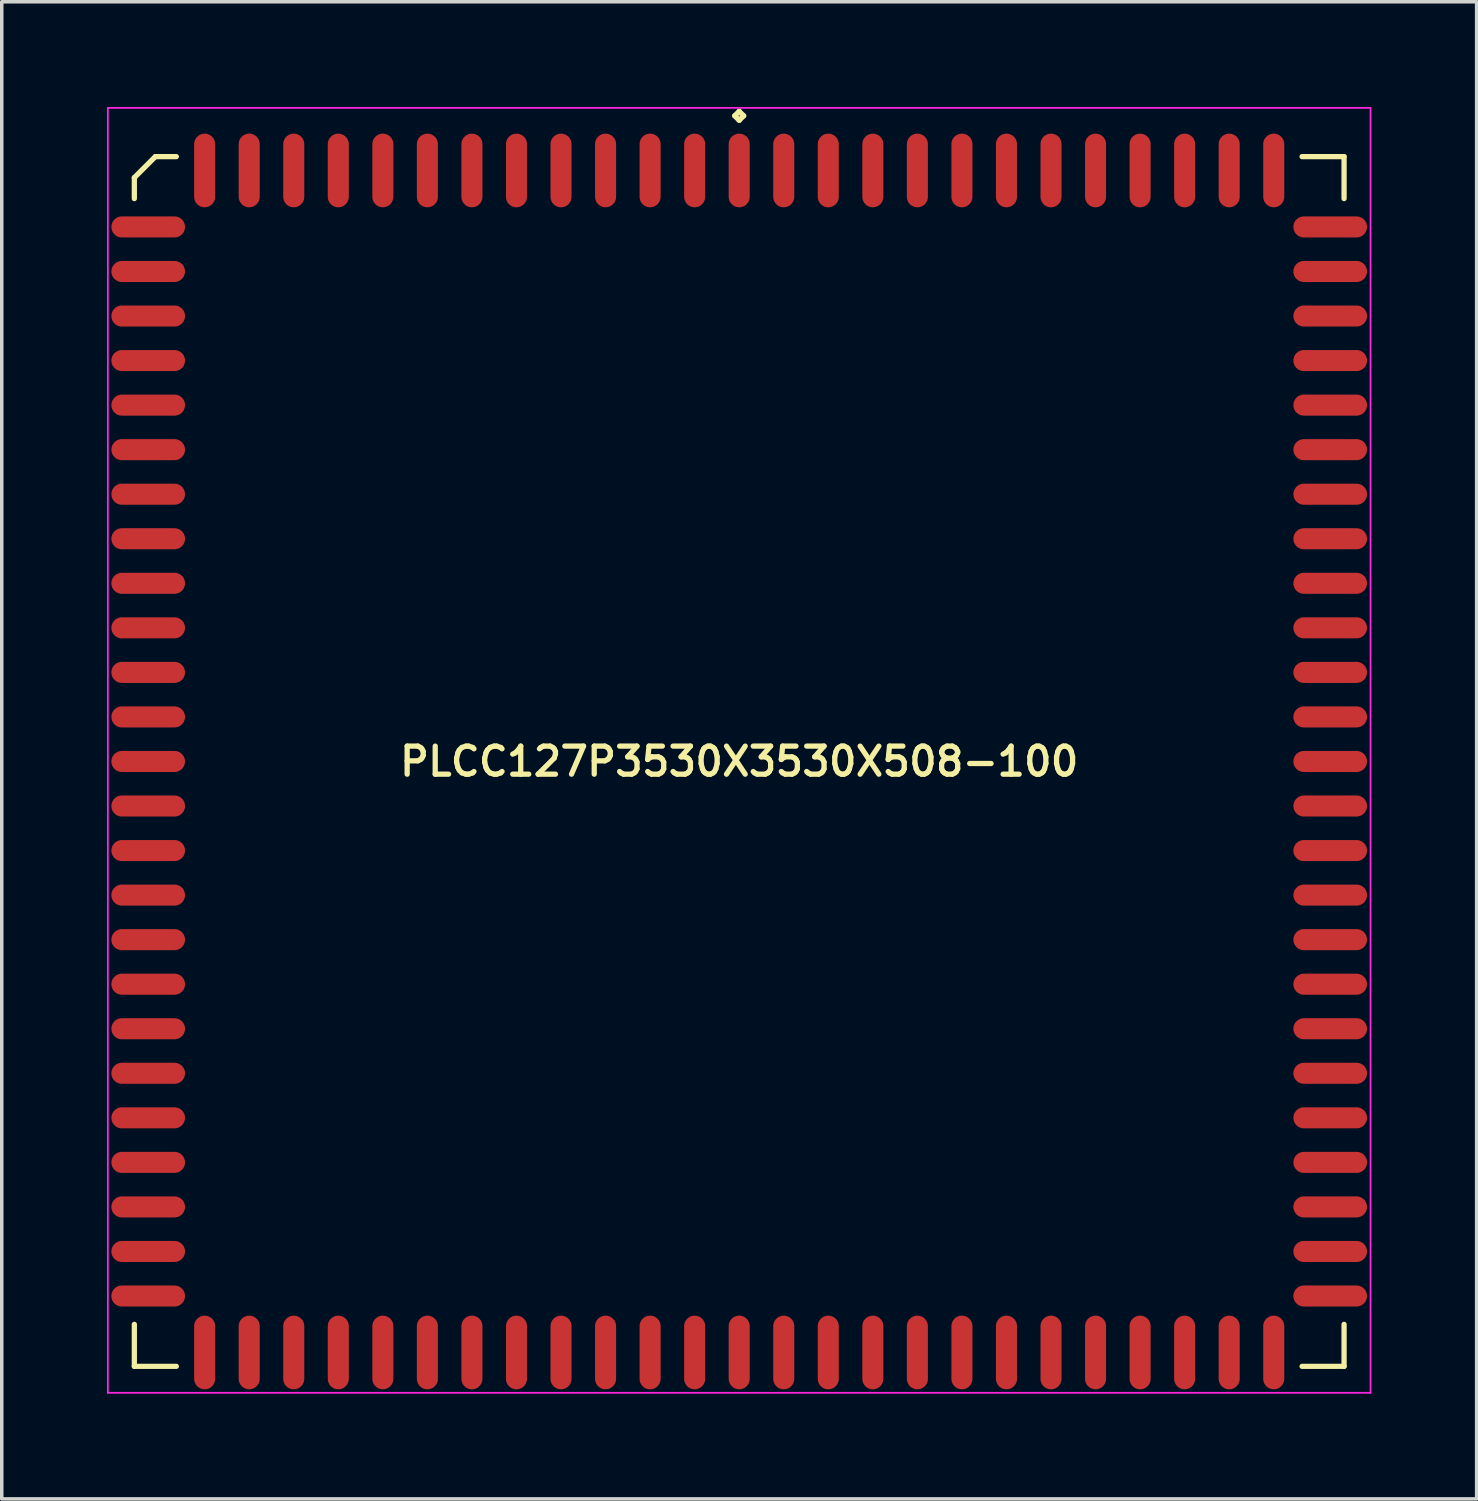
<source format=kicad_pcb>
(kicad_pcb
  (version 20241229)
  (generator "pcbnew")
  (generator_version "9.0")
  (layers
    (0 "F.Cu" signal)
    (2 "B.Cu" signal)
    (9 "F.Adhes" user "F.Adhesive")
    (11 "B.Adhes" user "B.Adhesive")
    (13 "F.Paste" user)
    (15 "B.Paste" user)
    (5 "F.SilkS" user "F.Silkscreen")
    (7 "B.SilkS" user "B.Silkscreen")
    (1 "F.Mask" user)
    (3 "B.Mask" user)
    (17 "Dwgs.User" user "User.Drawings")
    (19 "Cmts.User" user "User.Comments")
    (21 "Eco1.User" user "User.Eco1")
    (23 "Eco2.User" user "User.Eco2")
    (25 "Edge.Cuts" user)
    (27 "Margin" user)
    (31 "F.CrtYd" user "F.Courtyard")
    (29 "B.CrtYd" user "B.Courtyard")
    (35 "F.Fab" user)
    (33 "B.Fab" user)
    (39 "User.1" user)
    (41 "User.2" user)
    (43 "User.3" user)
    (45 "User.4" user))
  (footprint "PLCC127P3530X3530X508-100"
    (layer "F.Cu")
    (at 18.025 18.66)
    (property "Reference" "PLCC127P3530X3530X508-100" (at 0 0 0) (layer "F.SilkS") (effects (font (size 0.8 0.8) (thickness 0.15))))
    (attr smd)
    (fp_line (start -17.245 -16.646) (end -16.646 -17.245) (stroke (width 0.15) (type solid)) (layer "F.SilkS"))
    (fp_line (start -17.245 -16.048) (end -17.245 -16.646) (stroke (width 0.15) (type solid)) (layer "F.SilkS"))
    (fp_line (start -17.245 16.048) (end -17.245 17.245) (stroke (width 0.15) (type solid)) (layer "F.SilkS"))
    (fp_line (start -17.245 17.245) (end -16.048 17.245) (stroke (width 0.15) (type solid)) (layer "F.SilkS"))
    (fp_line (start -16.646 -17.245) (end -16.048 -17.245) (stroke (width 0.15) (type solid)) (layer "F.SilkS"))
    (fp_line (start -0.127 -18.408) (end 0 -18.535) (stroke (width 0.15) (type solid)) (layer "F.SilkS"))
    (fp_line (start 0 -18.535) (end 0.127 -18.408) (stroke (width 0.15) (type solid)) (layer "F.SilkS"))
    (fp_line (start 0 -18.281) (end -0.127 -18.408) (stroke (width 0.15) (type solid)) (layer "F.SilkS"))
    (fp_line (start 0.127 -18.408) (end 0 -18.281) (stroke (width 0.15) (type solid)) (layer "F.SilkS"))
    (fp_line (start 17.245 -17.245) (end 16.048 -17.245) (stroke (width 0.15) (type solid)) (layer "F.SilkS"))
    (fp_line (start 17.245 -16.048) (end 17.245 -17.245) (stroke (width 0.15) (type solid)) (layer "F.SilkS"))
    (fp_line (start 17.245 16.048) (end 17.245 17.245) (stroke (width 0.15) (type solid)) (layer "F.SilkS"))
    (fp_line (start 17.245 17.245) (end 16.048 17.245) (stroke (width 0.15) (type solid)) (layer "F.SilkS"))
    (fp_line (start -18 -18.635) (end 18 -18.635) (stroke (width 0.05) (type solid)) (layer "F.CrtYd"))
    (fp_line (start -18 18) (end -18 -18.635) (stroke (width 0.05) (type solid)) (layer "F.CrtYd"))
    (fp_line (start 18 -18.635) (end 18 18) (stroke (width 0.05) (type solid)) (layer "F.CrtYd"))
    (fp_line (start 18 18) (end -18 18) (stroke (width 0.05) (type solid)) (layer "F.CrtYd"))
    (pad "1" smd oval (at 0 -16.85) (size 0.6 2.1) (layers "F.Cu" "F.Mask" "F.Paste"))
    (pad "2" smd oval (at -1.27 -16.85) (size 0.6 2.1) (layers "F.Cu" "F.Mask" "F.Paste"))
    (pad "3" smd oval (at -2.54 -16.85) (size 0.6 2.1) (layers "F.Cu" "F.Mask" "F.Paste"))
    (pad "4" smd oval (at -3.81 -16.85) (size 0.6 2.1) (layers "F.Cu" "F.Mask" "F.Paste"))
    (pad "5" smd oval (at -5.08 -16.85) (size 0.6 2.1) (layers "F.Cu" "F.Mask" "F.Paste"))
    (pad "6" smd oval (at -6.35 -16.85) (size 0.6 2.1) (layers "F.Cu" "F.Mask" "F.Paste"))
    (pad "7" smd oval (at -7.62 -16.85) (size 0.6 2.1) (layers "F.Cu" "F.Mask" "F.Paste"))
    (pad "8" smd oval (at -8.89 -16.85) (size 0.6 2.1) (layers "F.Cu" "F.Mask" "F.Paste"))
    (pad "9" smd oval (at -10.16 -16.85) (size 0.6 2.1) (layers "F.Cu" "F.Mask" "F.Paste"))
    (pad "10" smd oval (at -11.43 -16.85) (size 0.6 2.1) (layers "F.Cu" "F.Mask" "F.Paste"))
    (pad "11" smd oval (at -12.7 -16.85) (size 0.6 2.1) (layers "F.Cu" "F.Mask" "F.Paste"))
    (pad "12" smd oval (at -13.97 -16.85) (size 0.6 2.1) (layers "F.Cu" "F.Mask" "F.Paste"))
    (pad "13" smd oval (at -15.24 -16.85) (size 0.6 2.1) (layers "F.Cu" "F.Mask" "F.Paste"))
    (pad "14" smd oval (at -16.85 -15.24) (size 2.1 0.6) (layers "F.Cu" "F.Mask" "F.Paste"))
    (pad "15" smd oval (at -16.85 -13.97) (size 2.1 0.6) (layers "F.Cu" "F.Mask" "F.Paste"))
    (pad "16" smd oval (at -16.85 -12.7) (size 2.1 0.6) (layers "F.Cu" "F.Mask" "F.Paste"))
    (pad "17" smd oval (at -16.85 -11.43) (size 2.1 0.6) (layers "F.Cu" "F.Mask" "F.Paste"))
    (pad "18" smd oval (at -16.85 -10.16) (size 2.1 0.6) (layers "F.Cu" "F.Mask" "F.Paste"))
    (pad "19" smd oval (at -16.85 -8.89) (size 2.1 0.6) (layers "F.Cu" "F.Mask" "F.Paste"))
    (pad "20" smd oval (at -16.85 -7.62) (size 2.1 0.6) (layers "F.Cu" "F.Mask" "F.Paste"))
    (pad "21" smd oval (at -16.85 -6.35) (size 2.1 0.6) (layers "F.Cu" "F.Mask" "F.Paste"))
    (pad "22" smd oval (at -16.85 -5.08) (size 2.1 0.6) (layers "F.Cu" "F.Mask" "F.Paste"))
    (pad "23" smd oval (at -16.85 -3.81) (size 2.1 0.6) (layers "F.Cu" "F.Mask" "F.Paste"))
    (pad "24" smd oval (at -16.85 -2.54) (size 2.1 0.6) (layers "F.Cu" "F.Mask" "F.Paste"))
    (pad "25" smd oval (at -16.85 -1.27) (size 2.1 0.6) (layers "F.Cu" "F.Mask" "F.Paste"))
    (pad "26" smd oval (at -16.85 0) (size 2.1 0.6) (layers "F.Cu" "F.Mask" "F.Paste"))
    (pad "27" smd oval (at -16.85 1.27) (size 2.1 0.6) (layers "F.Cu" "F.Mask" "F.Paste"))
    (pad "28" smd oval (at -16.85 2.54) (size 2.1 0.6) (layers "F.Cu" "F.Mask" "F.Paste"))
    (pad "29" smd oval (at -16.85 3.81) (size 2.1 0.6) (layers "F.Cu" "F.Mask" "F.Paste"))
    (pad "30" smd oval (at -16.85 5.08) (size 2.1 0.6) (layers "F.Cu" "F.Mask" "F.Paste"))
    (pad "31" smd oval (at -16.85 6.35) (size 2.1 0.6) (layers "F.Cu" "F.Mask" "F.Paste"))
    (pad "32" smd oval (at -16.85 7.62) (size 2.1 0.6) (layers "F.Cu" "F.Mask" "F.Paste"))
    (pad "33" smd oval (at -16.85 8.89) (size 2.1 0.6) (layers "F.Cu" "F.Mask" "F.Paste"))
    (pad "34" smd oval (at -16.85 10.16) (size 2.1 0.6) (layers "F.Cu" "F.Mask" "F.Paste"))
    (pad "35" smd oval (at -16.85 11.43) (size 2.1 0.6) (layers "F.Cu" "F.Mask" "F.Paste"))
    (pad "36" smd oval (at -16.85 12.7) (size 2.1 0.6) (layers "F.Cu" "F.Mask" "F.Paste"))
    (pad "37" smd oval (at -16.85 13.97) (size 2.1 0.6) (layers "F.Cu" "F.Mask" "F.Paste"))
    (pad "38" smd oval (at -16.85 15.24) (size 2.1 0.6) (layers "F.Cu" "F.Mask" "F.Paste"))
    (pad "39" smd oval (at -15.24 16.85) (size 0.6 2.1) (layers "F.Cu" "F.Mask" "F.Paste"))
    (pad "40" smd oval (at -13.97 16.85) (size 0.6 2.1) (layers "F.Cu" "F.Mask" "F.Paste"))
    (pad "41" smd oval (at -12.7 16.85) (size 0.6 2.1) (layers "F.Cu" "F.Mask" "F.Paste"))
    (pad "42" smd oval (at -11.43 16.85) (size 0.6 2.1) (layers "F.Cu" "F.Mask" "F.Paste"))
    (pad "43" smd oval (at -10.16 16.85) (size 0.6 2.1) (layers "F.Cu" "F.Mask" "F.Paste"))
    (pad "44" smd oval (at -8.89 16.85) (size 0.6 2.1) (layers "F.Cu" "F.Mask" "F.Paste"))
    (pad "45" smd oval (at -7.62 16.85) (size 0.6 2.1) (layers "F.Cu" "F.Mask" "F.Paste"))
    (pad "46" smd oval (at -6.35 16.85) (size 0.6 2.1) (layers "F.Cu" "F.Mask" "F.Paste"))
    (pad "47" smd oval (at -5.08 16.85) (size 0.6 2.1) (layers "F.Cu" "F.Mask" "F.Paste"))
    (pad "48" smd oval (at -3.81 16.85) (size 0.6 2.1) (layers "F.Cu" "F.Mask" "F.Paste"))
    (pad "49" smd oval (at -2.54 16.85) (size 0.6 2.1) (layers "F.Cu" "F.Mask" "F.Paste"))
    (pad "50" smd oval (at -1.27 16.85) (size 0.6 2.1) (layers "F.Cu" "F.Mask" "F.Paste"))
    (pad "51" smd oval (at 0 16.85) (size 0.6 2.1) (layers "F.Cu" "F.Mask" "F.Paste"))
    (pad "52" smd oval (at 1.27 16.85) (size 0.6 2.1) (layers "F.Cu" "F.Mask" "F.Paste"))
    (pad "53" smd oval (at 2.54 16.85) (size 0.6 2.1) (layers "F.Cu" "F.Mask" "F.Paste"))
    (pad "54" smd oval (at 3.81 16.85) (size 0.6 2.1) (layers "F.Cu" "F.Mask" "F.Paste"))
    (pad "55" smd oval (at 5.08 16.85) (size 0.6 2.1) (layers "F.Cu" "F.Mask" "F.Paste"))
    (pad "56" smd oval (at 6.35 16.85) (size 0.6 2.1) (layers "F.Cu" "F.Mask" "F.Paste"))
    (pad "57" smd oval (at 7.62 16.85) (size 0.6 2.1) (layers "F.Cu" "F.Mask" "F.Paste"))
    (pad "58" smd oval (at 8.89 16.85) (size 0.6 2.1) (layers "F.Cu" "F.Mask" "F.Paste"))
    (pad "59" smd oval (at 10.16 16.85) (size 0.6 2.1) (layers "F.Cu" "F.Mask" "F.Paste"))
    (pad "60" smd oval (at 11.43 16.85) (size 0.6 2.1) (layers "F.Cu" "F.Mask" "F.Paste"))
    (pad "61" smd oval (at 12.7 16.85) (size 0.6 2.1) (layers "F.Cu" "F.Mask" "F.Paste"))
    (pad "62" smd oval (at 13.97 16.85) (size 0.6 2.1) (layers "F.Cu" "F.Mask" "F.Paste"))
    (pad "63" smd oval (at 15.24 16.85) (size 0.6 2.1) (layers "F.Cu" "F.Mask" "F.Paste"))
    (pad "64" smd oval (at 16.85 15.24) (size 2.1 0.6) (layers "F.Cu" "F.Mask" "F.Paste"))
    (pad "65" smd oval (at 16.85 13.97) (size 2.1 0.6) (layers "F.Cu" "F.Mask" "F.Paste"))
    (pad "66" smd oval (at 16.85 12.7) (size 2.1 0.6) (layers "F.Cu" "F.Mask" "F.Paste"))
    (pad "67" smd oval (at 16.85 11.43) (size 2.1 0.6) (layers "F.Cu" "F.Mask" "F.Paste"))
    (pad "68" smd oval (at 16.85 10.16) (size 2.1 0.6) (layers "F.Cu" "F.Mask" "F.Paste"))
    (pad "69" smd oval (at 16.85 8.89) (size 2.1 0.6) (layers "F.Cu" "F.Mask" "F.Paste"))
    (pad "70" smd oval (at 16.85 7.62) (size 2.1 0.6) (layers "F.Cu" "F.Mask" "F.Paste"))
    (pad "71" smd oval (at 16.85 6.35) (size 2.1 0.6) (layers "F.Cu" "F.Mask" "F.Paste"))
    (pad "72" smd oval (at 16.85 5.08) (size 2.1 0.6) (layers "F.Cu" "F.Mask" "F.Paste"))
    (pad "73" smd oval (at 16.85 3.81) (size 2.1 0.6) (layers "F.Cu" "F.Mask" "F.Paste"))
    (pad "74" smd oval (at 16.85 2.54) (size 2.1 0.6) (layers "F.Cu" "F.Mask" "F.Paste"))
    (pad "75" smd oval (at 16.85 1.27) (size 2.1 0.6) (layers "F.Cu" "F.Mask" "F.Paste"))
    (pad "76" smd oval (at 16.85 0) (size 2.1 0.6) (layers "F.Cu" "F.Mask" "F.Paste"))
    (pad "77" smd oval (at 16.85 -1.27) (size 2.1 0.6) (layers "F.Cu" "F.Mask" "F.Paste"))
    (pad "78" smd oval (at 16.85 -2.54) (size 2.1 0.6) (layers "F.Cu" "F.Mask" "F.Paste"))
    (pad "79" smd oval (at 16.85 -3.81) (size 2.1 0.6) (layers "F.Cu" "F.Mask" "F.Paste"))
    (pad "80" smd oval (at 16.85 -5.08) (size 2.1 0.6) (layers "F.Cu" "F.Mask" "F.Paste"))
    (pad "81" smd oval (at 16.85 -6.35) (size 2.1 0.6) (layers "F.Cu" "F.Mask" "F.Paste"))
    (pad "82" smd oval (at 16.85 -7.62) (size 2.1 0.6) (layers "F.Cu" "F.Mask" "F.Paste"))
    (pad "83" smd oval (at 16.85 -8.89) (size 2.1 0.6) (layers "F.Cu" "F.Mask" "F.Paste"))
    (pad "84" smd oval (at 16.85 -10.16) (size 2.1 0.6) (layers "F.Cu" "F.Mask" "F.Paste"))
    (pad "85" smd oval (at 16.85 -11.43) (size 2.1 0.6) (layers "F.Cu" "F.Mask" "F.Paste"))
    (pad "86" smd oval (at 16.85 -12.7) (size 2.1 0.6) (layers "F.Cu" "F.Mask" "F.Paste"))
    (pad "87" smd oval (at 16.85 -13.97) (size 2.1 0.6) (layers "F.Cu" "F.Mask" "F.Paste"))
    (pad "88" smd oval (at 16.85 -15.24) (size 2.1 0.6) (layers "F.Cu" "F.Mask" "F.Paste"))
    (pad "89" smd oval (at 15.24 -16.85) (size 0.6 2.1) (layers "F.Cu" "F.Mask" "F.Paste"))
    (pad "90" smd oval (at 13.97 -16.85) (size 0.6 2.1) (layers "F.Cu" "F.Mask" "F.Paste"))
    (pad "91" smd oval (at 12.7 -16.85) (size 0.6 2.1) (layers "F.Cu" "F.Mask" "F.Paste"))
    (pad "92" smd oval (at 11.43 -16.85) (size 0.6 2.1) (layers "F.Cu" "F.Mask" "F.Paste"))
    (pad "93" smd oval (at 10.16 -16.85) (size 0.6 2.1) (layers "F.Cu" "F.Mask" "F.Paste"))
    (pad "94" smd oval (at 8.89 -16.85) (size 0.6 2.1) (layers "F.Cu" "F.Mask" "F.Paste"))
    (pad "95" smd oval (at 7.62 -16.85) (size 0.6 2.1) (layers "F.Cu" "F.Mask" "F.Paste"))
    (pad "96" smd oval (at 6.35 -16.85) (size 0.6 2.1) (layers "F.Cu" "F.Mask" "F.Paste"))
    (pad "97" smd oval (at 5.08 -16.85) (size 0.6 2.1) (layers "F.Cu" "F.Mask" "F.Paste"))
    (pad "98" smd oval (at 3.81 -16.85) (size 0.6 2.1) (layers "F.Cu" "F.Mask" "F.Paste"))
    (pad "99" smd oval (at 2.54 -16.85) (size 0.6 2.1) (layers "F.Cu" "F.Mask" "F.Paste"))
    (pad "100" smd oval (at 1.27 -16.85) (size 0.6 2.1) (layers "F.Cu" "F.Mask" "F.Paste")))
  (gr_rect
    (start -3 -3)
    (end 39.05 39.685)
    (stroke (width 0.1) (type default))
    (fill no)
    (layer "Edge.Cuts")))
</source>
